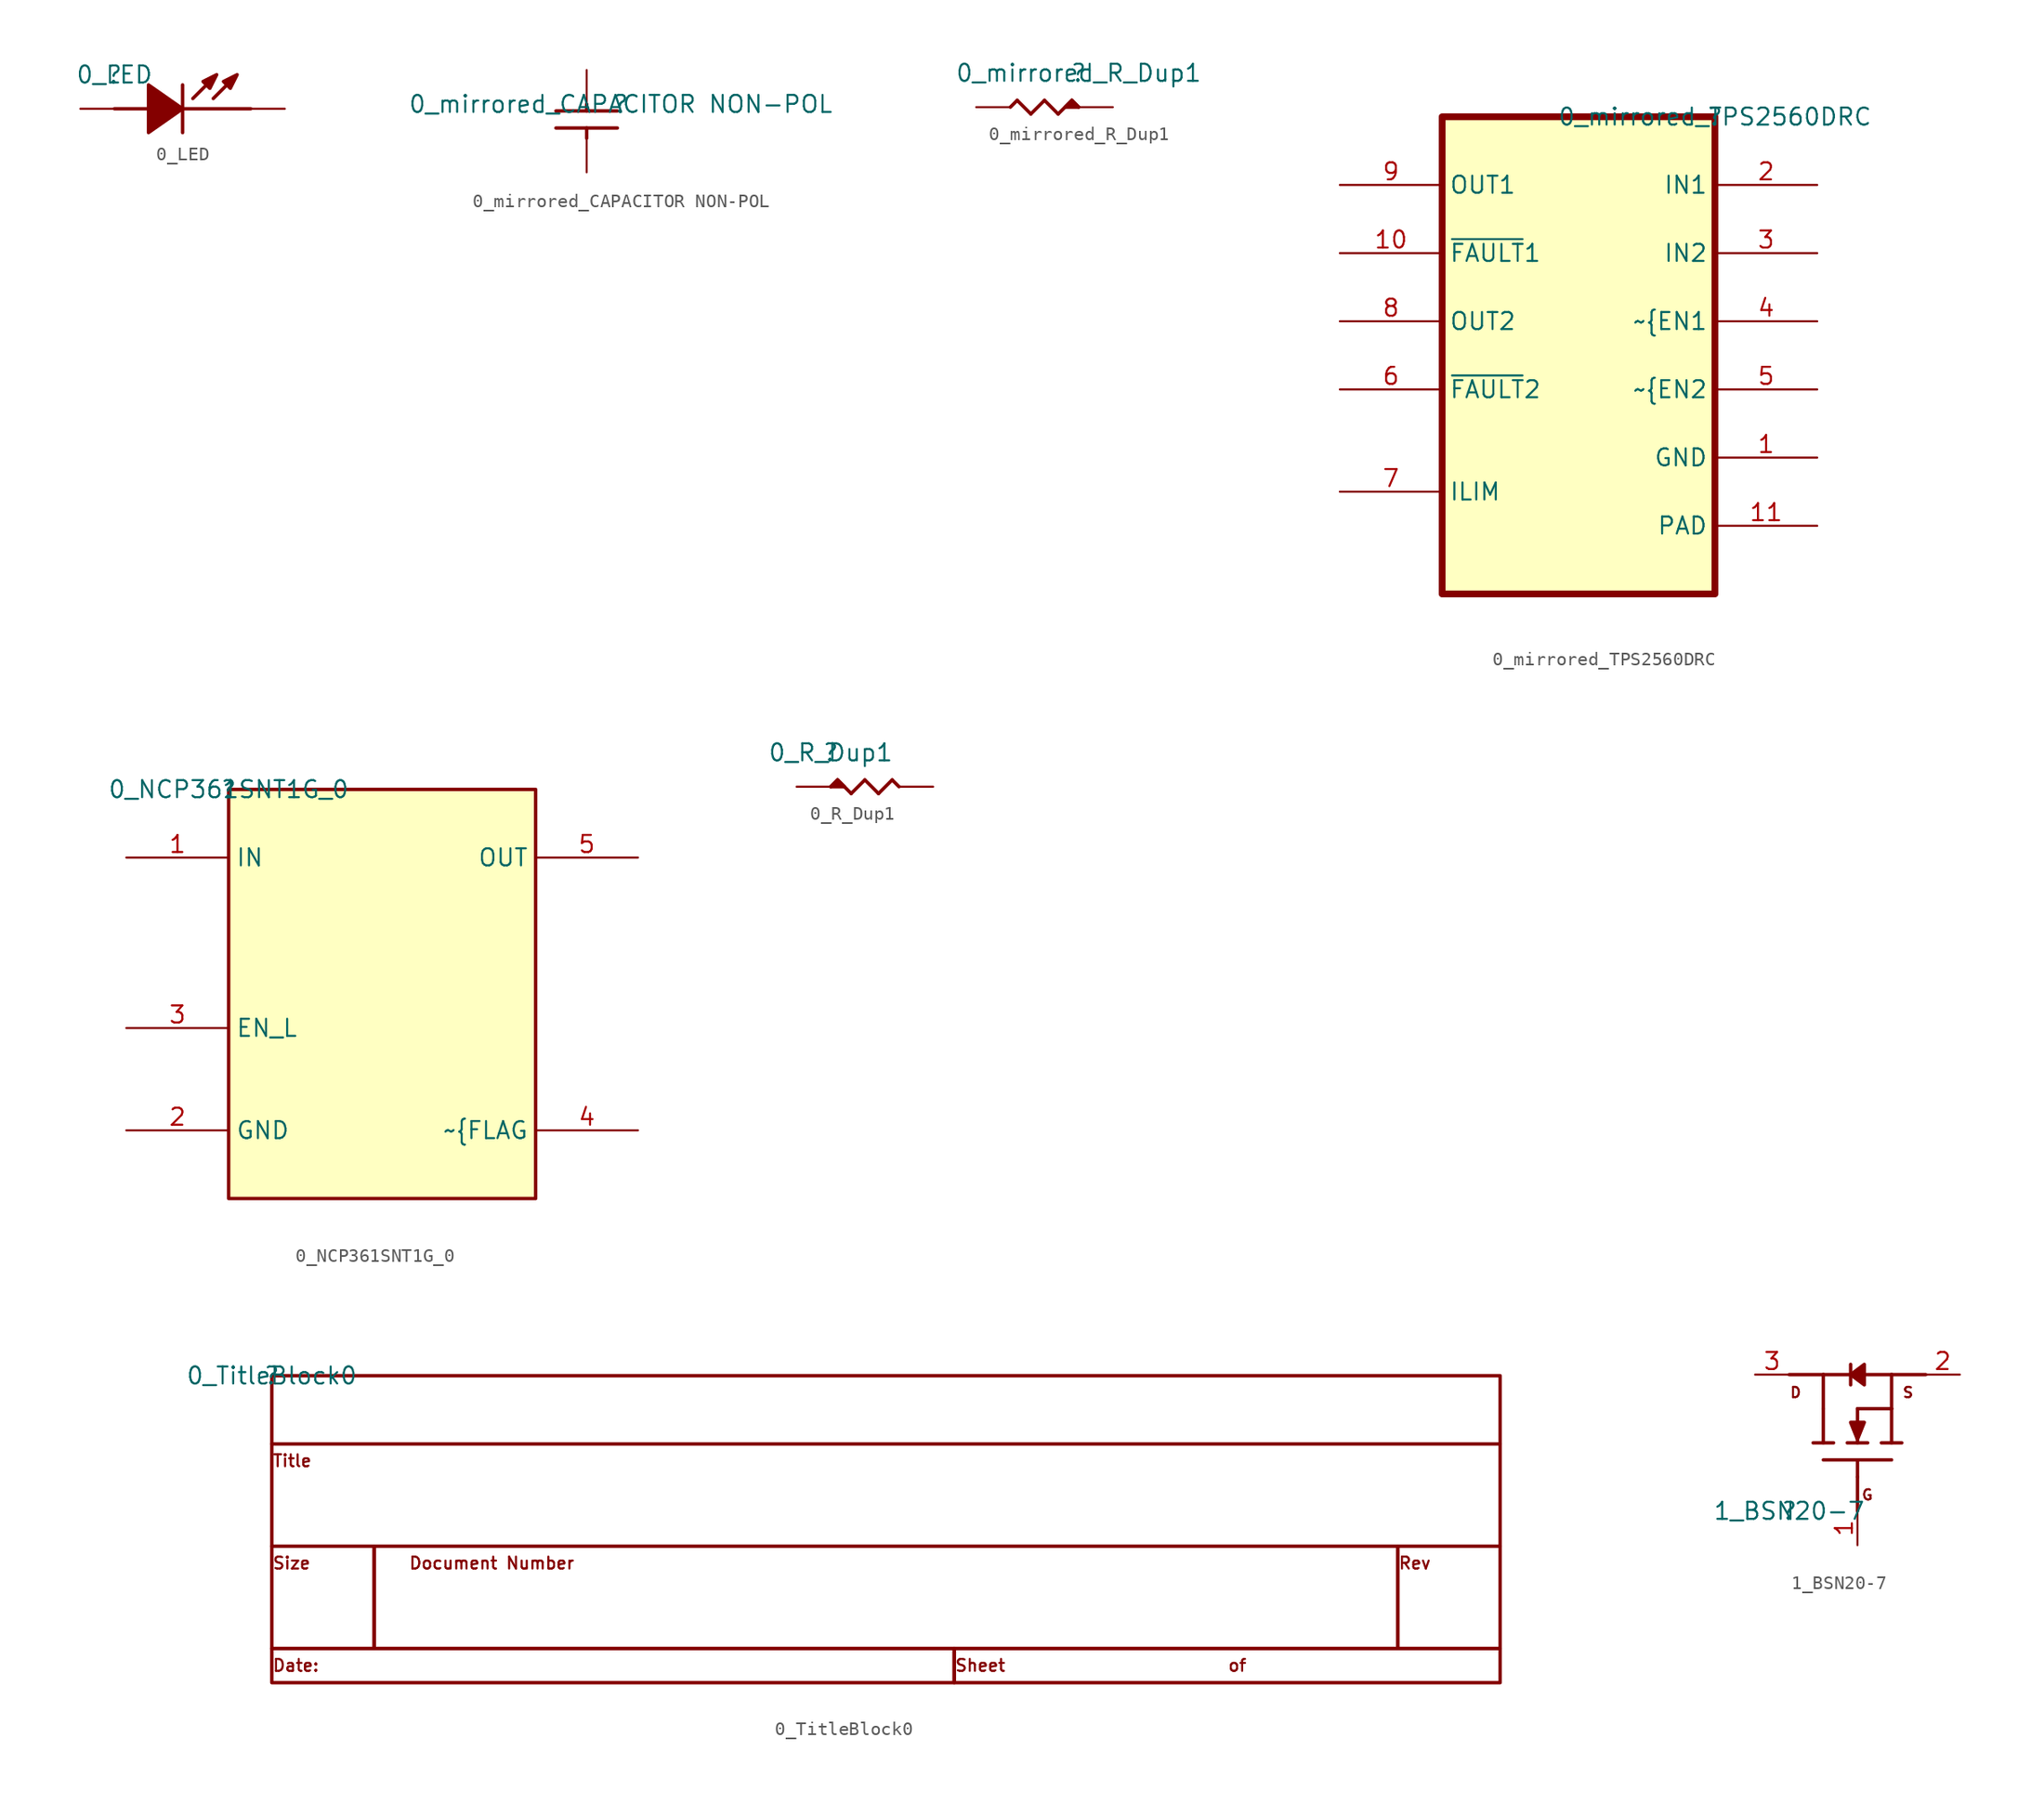
<source format=kicad_sym>
(kicad_symbol_lib
  (version 20211014)
  (generator kicad_symbol_editor)
  (symbol "0_LED"
    (property "Reference" ""
      (at 0 0 0)
      (effects (font (size 1.27 1.27))))
    (property "Value" "0_LED"
      (at 0 0 0)
      (effects (font (size 1.27 1.27))))
    (symbol "0_LED_1_0"
      (polyline (pts (xy 0 -2.54) (xy 2.54 -2.54)) (stroke (width 0.254) (type default) (color 0 0 0 0)) (fill (type none)))
      (polyline (pts (xy 5.08 -2.54) (xy 10.16 -2.54)) (stroke (width 0.254) (type default) (color 0 0 0 0)) (fill (type none)))
      (polyline (pts (xy 5.08 -0.762) (xy 5.08 -4.318)) (stroke (width 0.254) (type default) (color 0 0 0 0)) (fill (type none)))
      (polyline (pts (xy 7.366 -0.254) (xy 5.842 -1.778)) (stroke (width 0.254) (type default) (color 0 0 0 0)) (fill (type none)))
      (polyline (pts (xy 8.89 -0.254) (xy 7.366 -1.778)) (stroke (width 0.254) (type default) (color 0 0 0 0)) (fill (type none)))
      (polyline (pts (xy 5.08 -2.54) (xy 5.08 -2.54) (xy 2.54 -4.318) (xy 2.54 -0.762) (xy 5.08 -2.54) (xy 5.08 -2.54)) (stroke (width 0.254) (type default) (color 0 0 0 0)) (fill (type outline)))
      (polyline (pts (xy 6.604 -0.508) (xy 6.604 -0.508) (xy 7.62 0) (xy 7.112 -1.016) (xy 6.604 -0.508) (xy 6.604 -0.508)) (stroke (width 0.254) (type default) (color 0 0 0 0)) (fill (type outline)))
      (polyline (pts (xy 8.128 -0.508) (xy 8.128 -0.508) (xy 9.144 0) (xy 8.636 -1.016) (xy 8.128 -0.508) (xy 8.128 -0.508)) (stroke (width 0.254) (type default) (color 0 0 0 0)) (fill (type outline)))
      (pin passive line (at -2.54 -2.54 0) (length 2.54) (name "ANODE" (effects (font (size 0 0)))) (number "1" (effects (font (size 0 0)))))
      (pin passive line (at 12.7 -2.54 180) (length 2.54) (name "CATHODE" (effects (font (size 0 0)))) (number "2" (effects (font (size 0 0)))))))
  (symbol "0_mirrored_CAPACITOR NON-POL"
    (property "Reference" ""
      (at 0 0 0)
      (effects (font (size 1.27 1.27))))
    (property "Value" "0_mirrored_CAPACITOR NON-POL"
      (at 0 0 0)
      (effects (font (size 1.27 1.27))))
    (symbol "0_mirrored_CAPACITOR NON-POL_1_0"
      (polyline (pts (xy -2.54 -2.54) (xy -2.54 -1.778)) (stroke (width 0.254) (type default) (color 0 0 0 0)) (fill (type none)))
      (polyline (pts (xy -2.54 0) (xy -2.54 -0.508)) (stroke (width 0.254) (type default) (color 0 0 0 0)) (fill (type none)))
      (polyline (pts (xy -0.254 -1.778) (xy -4.826 -1.778)) (stroke (width 0.254) (type default) (color 0 0 0 0)) (fill (type none)))
      (polyline (pts (xy -0.254 -0.508) (xy -4.826 -0.508)) (stroke (width 0.254) (type default) (color 0 0 0 0)) (fill (type none)))
      (pin passive line (at -2.54 2.54 270) (length 2.54) (name "1" (effects (font (size 0 0)))) (number "1" (effects (font (size 0 0)))))
      (pin passive line (at -2.54 -5.08 90) (length 2.54) (name "2" (effects (font (size 0 0)))) (number "2" (effects (font (size 0 0)))))))
  (symbol "0_mirrored_R_Dup1"
    (property "Reference" ""
      (at 0 0 0)
      (effects (font (size 1.27 1.27))))
    (property "Value" "0_mirrored_R_Dup1"
      (at 0 0 0)
      (effects (font (size 1.27 1.27))))
    (symbol "0_mirrored_R_Dup1_1_0"
      (polyline (pts (xy -4.572 -2.032) (xy -5.08 -2.54)) (stroke (width 0.254) (type default) (color 0 0 0 0)) (fill (type none)))
      (polyline (pts (xy -3.556 -3.048) (xy -4.572 -2.032)) (stroke (width 0.254) (type default) (color 0 0 0 0)) (fill (type none)))
      (polyline (pts (xy -2.54 -2.032) (xy -3.556 -3.048)) (stroke (width 0.254) (type default) (color 0 0 0 0)) (fill (type none)))
      (polyline (pts (xy -1.524 -3.048) (xy -2.54 -2.032)) (stroke (width 0.254) (type default) (color 0 0 0 0)) (fill (type none)))
      (polyline (pts (xy -0.508 -2.032) (xy -1.524 -3.048)) (stroke (width 0.254) (type default) (color 0 0 0 0)) (fill (type none)))
      (polyline (pts (xy 0 -2.54) (xy -0.508 -2.032)) (stroke (width 0.254) (type default) (color 0 0 0 0)) (fill (type none)))
      (polyline (pts (xy -1.016 -2.54) (xy -0.508 -2.032) (xy 0 -2.54) (xy -1.016 -2.54) (xy -0.508 -2.032) (xy -1.016 -2.54)) (stroke (width 0.254) (type default) (color 0 0 0 0)) (fill (type outline)))
      (pin passive line (at 2.54 -2.54 180) (length 2.54) (name "1" (effects (font (size 0 0)))) (number "1" (effects (font (size 0 0)))))
      (pin passive line (at -7.62 -2.54 0) (length 2.54) (name "2" (effects (font (size 0 0)))) (number "2" (effects (font (size 0 0)))))))
  (symbol "0_mirrored_TPS2560DRC"
    (property "Reference" ""
      (at 0 0 0)
      (effects (font (size 1.27 1.27))))
    (property "Value" "0_mirrored_TPS2560DRC"
      (at 0 0 0)
      (effects (font (size 1.27 1.27))))
    (symbol "0_mirrored_TPS2560DRC_1_0"
      (rectangle (start 0 0) (end -20.32 -35.56) (stroke (width 0.508) (type default) (color 0 0 0 0)) (fill (type background)))
      (pin passive line (at 7.62 -25.4 180) (length 7.62) (name "GND" (effects (font (size 1.27 1.27)))) (number "1" (effects (font (size 1.27 1.27)))))
      (pin passive line (at -27.94 -10.16 0) (length 7.62) (name "~{FAULT}1" (effects (font (size 1.27 1.27)))) (number "10" (effects (font (size 1.27 1.27)))))
      (pin passive line (at 7.62 -30.48 180) (length 7.62) (name "PAD" (effects (font (size 1.27 1.27)))) (number "11" (effects (font (size 1.27 1.27)))))
      (pin passive line (at 7.62 -5.08 180) (length 7.62) (name "IN1" (effects (font (size 1.27 1.27)))) (number "2" (effects (font (size 1.27 1.27)))))
      (pin passive line (at 7.62 -10.16 180) (length 7.62) (name "IN2" (effects (font (size 1.27 1.27)))) (number "3" (effects (font (size 1.27 1.27)))))
      (pin passive line (at 7.62 -15.24 180) (length 7.62) (name "~{EN1" (effects (font (size 1.27 1.27)))) (number "4" (effects (font (size 1.27 1.27)))))
      (pin passive line (at 7.62 -20.32 180) (length 7.62) (name "~{EN2" (effects (font (size 1.27 1.27)))) (number "5" (effects (font (size 1.27 1.27)))))
      (pin passive line (at -27.94 -20.32 0) (length 7.62) (name "~{FAULT}2" (effects (font (size 1.27 1.27)))) (number "6" (effects (font (size 1.27 1.27)))))
      (pin passive line (at -27.94 -27.94 0) (length 7.62) (name "ILIM" (effects (font (size 1.27 1.27)))) (number "7" (effects (font (size 1.27 1.27)))))
      (pin passive line (at -27.94 -15.24 0) (length 7.62) (name "OUT2" (effects (font (size 1.27 1.27)))) (number "8" (effects (font (size 1.27 1.27)))))
      (pin passive line (at -27.94 -5.08 0) (length 7.62) (name "OUT1" (effects (font (size 1.27 1.27)))) (number "9" (effects (font (size 1.27 1.27)))))))
  (symbol "0_NCP361SNT1G_0"
    (property "Reference" ""
      (at 0 0 0)
      (effects (font (size 1.27 1.27))))
    (property "Value" "0_NCP361SNT1G_0"
      (at 0 0 0)
      (effects (font (size 1.27 1.27))))
    (symbol "0_NCP361SNT1G_0_1_0"
      (rectangle (start 22.86 0) (end 0 -30.48) (stroke (width 0.254) (type default) (color 0 0 0 0)) (fill (type background)))
      (pin passive line (at -7.62 -5.08 0) (length 7.62) (name "IN" (effects (font (size 1.27 1.27)))) (number "1" (effects (font (size 1.27 1.27)))))
      (pin passive line (at -7.62 -25.4 0) (length 7.62) (name "GND" (effects (font (size 1.27 1.27)))) (number "2" (effects (font (size 1.27 1.27)))))
      (pin passive line (at -7.62 -17.78 0) (length 7.62) (name "EN_L" (effects (font (size 1.27 1.27)))) (number "3" (effects (font (size 1.27 1.27)))))
      (pin passive line (at 30.48 -25.4 180) (length 7.62) (name "~{FLAG" (effects (font (size 1.27 1.27)))) (number "4" (effects (font (size 1.27 1.27)))))
      (pin passive line (at 30.48 -5.08 180) (length 7.62) (name "OUT" (effects (font (size 1.27 1.27)))) (number "5" (effects (font (size 1.27 1.27)))))))
  (symbol "0_R_Dup1"
    (property "Reference" ""
      (at 0 0 0)
      (effects (font (size 1.27 1.27))))
    (property "Value" "0_R_Dup1"
      (at 0 0 0)
      (effects (font (size 1.27 1.27))))
    (symbol "0_R_Dup1_1_0"
      (polyline (pts (xy 0 -2.54) (xy 0.508 -2.032)) (stroke (width 0.254) (type default) (color 0 0 0 0)) (fill (type none)))
      (polyline (pts (xy 0.508 -2.032) (xy 1.524 -3.048)) (stroke (width 0.254) (type default) (color 0 0 0 0)) (fill (type none)))
      (polyline (pts (xy 1.524 -3.048) (xy 2.54 -2.032)) (stroke (width 0.254) (type default) (color 0 0 0 0)) (fill (type none)))
      (polyline (pts (xy 2.54 -2.032) (xy 3.556 -3.048)) (stroke (width 0.254) (type default) (color 0 0 0 0)) (fill (type none)))
      (polyline (pts (xy 3.556 -3.048) (xy 4.572 -2.032)) (stroke (width 0.254) (type default) (color 0 0 0 0)) (fill (type none)))
      (polyline (pts (xy 4.572 -2.032) (xy 5.08 -2.54)) (stroke (width 0.254) (type default) (color 0 0 0 0)) (fill (type none)))
      (polyline (pts (xy 1.016 -2.54) (xy 0.508 -2.032) (xy 0 -2.54) (xy 1.016 -2.54) (xy 0.508 -2.032) (xy 1.016 -2.54)) (stroke (width 0.254) (type default) (color 0 0 0 0)) (fill (type outline)))
      (pin passive line (at -2.54 -2.54 0) (length 2.54) (name "1" (effects (font (size 0 0)))) (number "1" (effects (font (size 0 0)))))
      (pin passive line (at 7.62 -2.54 180) (length 2.54) (name "2" (effects (font (size 0 0)))) (number "2" (effects (font (size 0 0)))))))
  (symbol "0_TitleBlock0"
    (property "Reference" ""
      (at 0 0 0)
      (effects (font (size 1.27 1.27))))
    (property "Value" "0_TitleBlock0"
      (at 0 0 0)
      (effects (font (size 1.27 1.27))))
    (symbol "0_TitleBlock0_1_0"
      (rectangle (start 7.62 -12.7) (end 0 -20.32) (stroke (width 0.254) (type default) (color 0 0 0 0)) (fill (type none)))
      (rectangle (start 50.8 -20.32) (end 0 -22.86) (stroke (width 0.254) (type default) (color 0 0 0 0)) (fill (type none)))
      (rectangle (start 83.82 -12.7) (end 7.62 -20.32) (stroke (width 0.254) (type default) (color 0 0 0 0)) (fill (type none)))
      (rectangle (start 91.44 -20.32) (end 50.8 -22.86) (stroke (width 0.254) (type default) (color 0 0 0 0)) (fill (type none)))
      (rectangle (start 91.44 -12.7) (end 83.82 -20.32) (stroke (width 0.254) (type default) (color 0 0 0 0)) (fill (type none)))
      (rectangle (start 91.44 -5.08) (end 0 -12.7) (stroke (width 0.254) (type default) (color 0 0 0 0)) (fill (type none)))
      (rectangle (start 91.44 0) (end 0 -5.08) (stroke (width 0.254) (type default) (color 0 0 0 0)) (fill (type none)))
      (text "Date:" (at 0 -22.098 0) (effects (font (size 0.889 0.889)) (justify left bottom)))
      (text "Document Number" (at 10.16 -14.478 0) (effects (font (size 0.889 0.889)) (justify left bottom)))
      (text "of" (at 71.12 -22.098 0) (effects (font (size 0.889 0.889)) (justify left bottom)))
      (text "Rev" (at 83.82 -14.478 0) (effects (font (size 0.889 0.889)) (justify left bottom)))
      (text "Sheet" (at 50.8 -22.098 0) (effects (font (size 0.889 0.889)) (justify left bottom)))
      (text "Size" (at 0 -14.478 0) (effects (font (size 0.889 0.889)) (justify left bottom)))
      (text "Title" (at 0 -6.858 0) (effects (font (size 0.889 0.889)) (justify left bottom)))))
  (symbol "1_BSN20-7"
    (property "Reference" ""
      (at 0 0 0)
      (effects (font (size 1.27 1.27))))
    (property "Value" "1_BSN20-7"
      (at 0 0 0)
      (effects (font (size 1.27 1.27))))
    (symbol "1_BSN20-7_1_0"
      (polyline (pts (xy 2.54 3.81) (xy 7.62 3.81)) (stroke (width 0.254) (type default) (color 0 0 0 0)) (fill (type none)))
      (polyline (pts (xy 2.54 5.08) (xy 2.54 7.62)) (stroke (width 0.254) (type default) (color 0 0 0 0)) (fill (type none)))
      (polyline (pts (xy 2.54 7.62) (xy 2.54 10.16)) (stroke (width 0.254) (type default) (color 0 0 0 0)) (fill (type none)))
      (polyline (pts (xy 2.54 10.16) (xy 0 10.16)) (stroke (width 0.254) (type default) (color 0 0 0 0)) (fill (type none)))
      (polyline (pts (xy 3.302 5.08) (xy 1.778 5.08)) (stroke (width 0.254) (type default) (color 0 0 0 0)) (fill (type none)))
      (polyline (pts (xy 4.572 9.398) (xy 4.572 10.922)) (stroke (width 0.254) (type default) (color 0 0 0 0)) (fill (type none)))
      (polyline (pts (xy 4.572 10.16) (xy 2.54 10.16)) (stroke (width 0.254) (type default) (color 0 0 0 0)) (fill (type none)))
      (polyline (pts (xy 5.08 2.54) (xy 5.08 0)) (stroke (width 0.254) (type default) (color 0 0 0 0)) (fill (type none)))
      (polyline (pts (xy 5.08 2.54) (xy 5.08 3.81)) (stroke (width 0.254) (type default) (color 0 0 0 0)) (fill (type none)))
      (polyline (pts (xy 5.08 7.62) (xy 5.08 5.08)) (stroke (width 0.254) (type default) (color 0 0 0 0)) (fill (type none)))
      (polyline (pts (xy 5.588 10.16) (xy 7.62 10.16)) (stroke (width 0.254) (type default) (color 0 0 0 0)) (fill (type none)))
      (polyline (pts (xy 5.842 5.08) (xy 4.318 5.08)) (stroke (width 0.254) (type default) (color 0 0 0 0)) (fill (type none)))
      (polyline (pts (xy 7.62 5.08) (xy 7.62 7.62)) (stroke (width 0.254) (type default) (color 0 0 0 0)) (fill (type none)))
      (polyline (pts (xy 7.62 7.62) (xy 5.08 7.62)) (stroke (width 0.254) (type default) (color 0 0 0 0)) (fill (type none)))
      (polyline (pts (xy 7.62 7.62) (xy 7.62 10.16)) (stroke (width 0.254) (type default) (color 0 0 0 0)) (fill (type none)))
      (polyline (pts (xy 7.62 10.16) (xy 10.16 10.16)) (stroke (width 0.254) (type default) (color 0 0 0 0)) (fill (type none)))
      (polyline (pts (xy 8.382 5.08) (xy 6.858 5.08)) (stroke (width 0.254) (type default) (color 0 0 0 0)) (fill (type none)))
      (polyline (pts (xy 4.572 10.16) (xy 5.588 9.398) (xy 5.588 10.922) (xy 4.572 10.16) (xy 4.572 10.16)) (stroke (width 0.254) (type default) (color 0 0 0 0)) (fill (type outline)))
      (polyline (pts (xy 5.08 5.334) (xy 5.588 6.604) (xy 4.572 6.604) (xy 5.08 5.334) (xy 5.08 5.334)) (stroke (width 0.254) (type default) (color 0 0 0 0)) (fill (type outline)))
      (text "D" (at 0 8.382 0) (effects (font (size 0.762 0.762) bold) (justify left bottom)))
      (text "G" (at 5.334 0.762 0) (effects (font (size 0.762 0.762) bold) (justify left bottom)))
      (text "S" (at 8.382 8.382 0) (effects (font (size 0.762 0.762) bold) (justify left bottom)))
      (pin passive line (at 5.08 -2.54 90) (length 2.54) (name "G" (effects (font (size 0 0)))) (number "1" (effects (font (size 1.27 1.27)))))
      (pin passive line (at 12.7 10.16 180) (length 2.54) (name "S" (effects (font (size 0 0)))) (number "2" (effects (font (size 1.27 1.27)))))
      (pin passive line (at -2.54 10.16 0) (length 2.54) (name "D" (effects (font (size 0 0)))) (number "3" (effects (font (size 1.27 1.27))))))))
</source>
